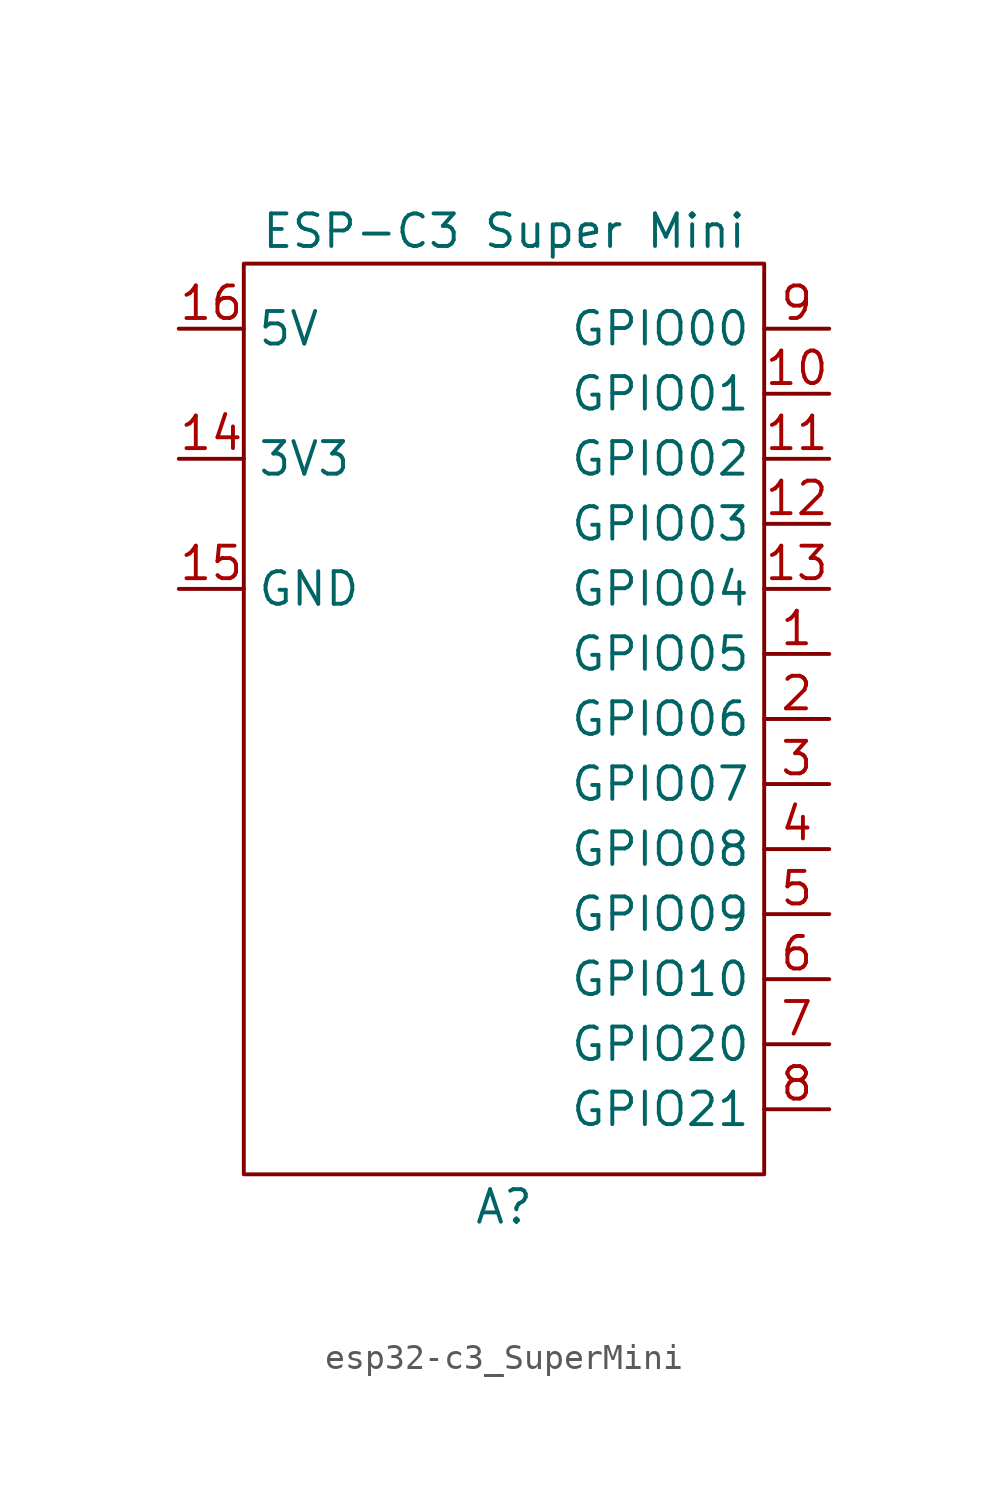
<source format=kicad_sym>
(kicad_symbol_lib
  (version 20241209)
  (generator "kicad_symbol_editor")
  (generator_version "9.0")
  (symbol "esp32-c3_SuperMini"
    (property "Reference" "A"
      (at 0 -34.29 0)
      (effects (font (size 1.27 1.27))))
    (property "Value" "ESP-C3 Super Mini"
      (at 0 3.81 0)
      (effects (font (size 1.27 1.27))))
    (symbol "esp32-c3_SuperMini_0_1"
      (rectangle (start -10.16 2.54) (end 10.16 -33.02) (stroke (width 0) (type default)) (fill (type none))))
    (symbol "esp32-c3_SuperMini_1_1"
      (pin power_out line (at -12.7 0 0) (length 2.54) (name "5V" (effects (font (size 1.27 1.27)))) (number "16" (effects (font (size 1.27 1.27)))))
      (pin power_out line (at -12.7 -5.08 0) (length 2.54) (name "3V3" (effects (font (size 1.27 1.27)))) (number "14" (effects (font (size 1.27 1.27)))))
      (pin power_out line (at -12.7 -10.16 0) (length 2.54) (name "GND" (effects (font (size 1.27 1.27)))) (number "15" (effects (font (size 1.27 1.27)))))
      (pin bidirectional line (at 12.7 0 180) (length 2.54) (name "GPIO00" (effects (font (size 1.27 1.27)))) (number "9" (effects (font (size 1.27 1.27)))))
      (pin bidirectional line (at 12.7 -2.54 180) (length 2.54) (name "GPIO01" (effects (font (size 1.27 1.27)))) (number "10" (effects (font (size 1.27 1.27)))))
      (pin bidirectional line (at 12.7 -5.08 180) (length 2.54) (name "GPIO02" (effects (font (size 1.27 1.27)))) (number "11" (effects (font (size 1.27 1.27)))))
      (pin bidirectional line (at 12.7 -7.62 180) (length 2.54) (name "GPIO03" (effects (font (size 1.27 1.27)))) (number "12" (effects (font (size 1.27 1.27)))))
      (pin bidirectional line (at 12.7 -10.16 180) (length 2.54) (name "GPIO04" (effects (font (size 1.27 1.27)))) (number "13" (effects (font (size 1.27 1.27)))))
      (pin bidirectional line (at 12.7 -12.7 180) (length 2.54) (name "GPIO05" (effects (font (size 1.27 1.27)))) (number "1" (effects (font (size 1.27 1.27)))))
      (pin bidirectional line (at 12.7 -15.24 180) (length 2.54) (name "GPIO06" (effects (font (size 1.27 1.27)))) (number "2" (effects (font (size 1.27 1.27)))))
      (pin bidirectional line (at 12.7 -17.78 180) (length 2.54) (name "GPIO07" (effects (font (size 1.27 1.27)))) (number "3" (effects (font (size 1.27 1.27)))))
      (pin bidirectional line (at 12.7 -20.32 180) (length 2.54) (name "GPIO08" (effects (font (size 1.27 1.27)))) (number "4" (effects (font (size 1.27 1.27)))))
      (pin bidirectional line (at 12.7 -22.86 180) (length 2.54) (name "GPIO09" (effects (font (size 1.27 1.27)))) (number "5" (effects (font (size 1.27 1.27)))))
      (pin bidirectional line (at 12.7 -25.4 180) (length 2.54) (name "GPIO10" (effects (font (size 1.27 1.27)))) (number "6" (effects (font (size 1.27 1.27)))))
      (pin bidirectional line (at 12.7 -27.94 180) (length 2.54) (name "GPIO20" (effects (font (size 1.27 1.27)))) (number "7" (effects (font (size 1.27 1.27)))))
      (pin bidirectional line (at 12.7 -30.48 180) (length 2.54) (name "GPIO21" (effects (font (size 1.27 1.27)))) (number "8" (effects (font (size 1.27 1.27))))))))
</source>
